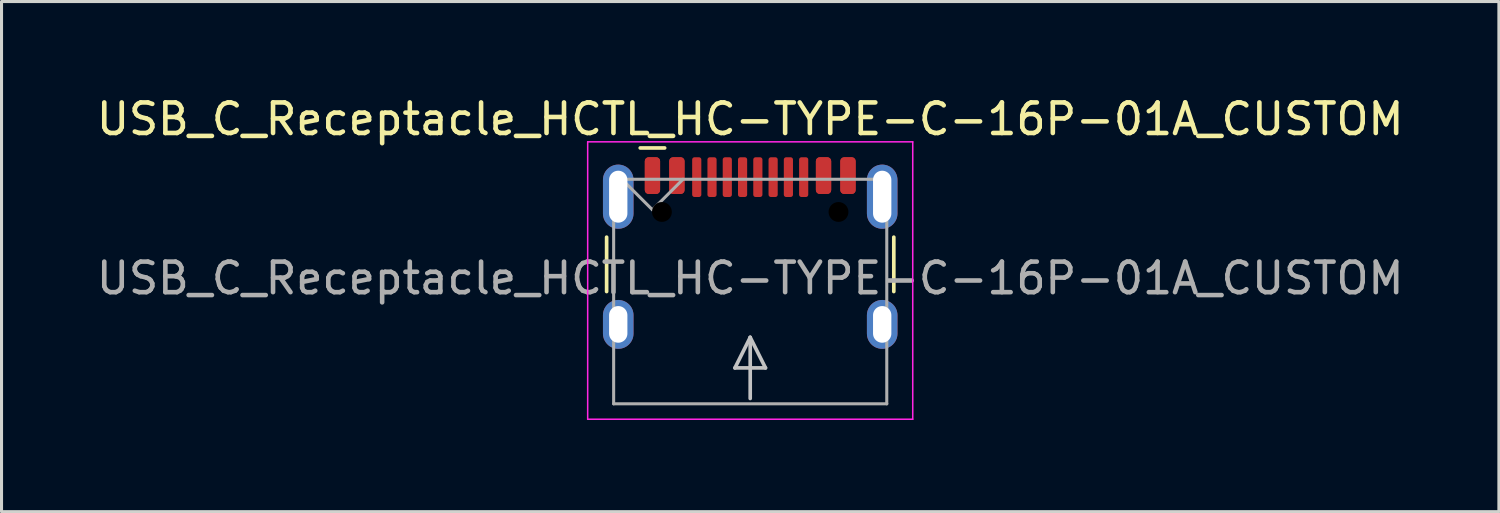
<source format=kicad_pcb>
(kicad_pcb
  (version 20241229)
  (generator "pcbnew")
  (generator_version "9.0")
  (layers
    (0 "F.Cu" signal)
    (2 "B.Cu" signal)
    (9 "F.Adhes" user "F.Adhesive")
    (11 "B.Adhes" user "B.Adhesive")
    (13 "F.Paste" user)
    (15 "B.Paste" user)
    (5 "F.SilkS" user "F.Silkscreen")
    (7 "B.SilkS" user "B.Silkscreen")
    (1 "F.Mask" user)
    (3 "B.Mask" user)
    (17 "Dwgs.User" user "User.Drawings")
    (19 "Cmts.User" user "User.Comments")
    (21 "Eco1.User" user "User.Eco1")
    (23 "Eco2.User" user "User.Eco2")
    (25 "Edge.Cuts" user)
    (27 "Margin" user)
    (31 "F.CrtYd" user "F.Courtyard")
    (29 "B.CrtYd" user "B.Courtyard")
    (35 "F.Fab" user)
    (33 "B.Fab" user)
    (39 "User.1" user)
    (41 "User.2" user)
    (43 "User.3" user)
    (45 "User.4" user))
  (footprint "USB_C_Receptacle_HCTL_HC-TYPE-C-16P-01A_CUSTOM"
    (layer "F.Cu")
    (at 21.506 6.493)
    (property "Reference" "USB_C_Receptacle_HCTL_HC-TYPE-C-16P-01A_CUSTOM" (at 0 -5.645 0) (layer "F.SilkS") (effects (font (size 1 1) (thickness 0.15))))
    (attr smd)
    (fp_line (start -4.7 -1.78) (end -4.7 0) (stroke (width 0.12) (type solid)) (layer "F.SilkS"))
    (fp_line (start -2.8 -4.7) (end -3.6 -4.7) (stroke (width 0.12) (type default)) (layer "F.SilkS"))
    (fp_line (start 4.7 -1.78) (end 4.7 0) (stroke (width 0.12) (type solid)) (layer "F.SilkS"))
    (fp_line (start -0.5 2.5) (end 0 1.5) (stroke (width 0.12) (type default)) (layer "Dwgs.User"))
    (fp_line (start 0 1.5) (end 0.5 2.5) (stroke (width 0.12) (type default)) (layer "Dwgs.User"))
    (fp_line (start 0 3.5) (end 0 1.5) (stroke (width 0.12) (type default)) (layer "Dwgs.User"))
    (fp_line (start 0.5 2.5) (end -0.5 2.5) (stroke (width 0.12) (type default)) (layer "Dwgs.User"))
    (fp_line (start -5.32 -4.9) (end -5.32 4.18) (stroke (width 0.05) (type solid)) (layer "F.CrtYd"))
    (fp_line (start -5.32 -4.9) (end 5.32 -4.9) (stroke (width 0.05) (type solid)) (layer "F.CrtYd"))
    (fp_line (start -5.32 4.18) (end 5.32 4.18) (stroke (width 0.05) (type solid)) (layer "F.CrtYd"))
    (fp_line (start 5.32 -4.9) (end 5.32 4.18) (stroke (width 0.05) (type solid)) (layer "F.CrtYd"))
    (fp_line (start -4.47 -3.675) (end -4.47 3.675) (stroke (width 0.1) (type solid)) (layer "F.Fab"))
    (fp_line (start -4.47 -3.675) (end 4.47 -3.675) (stroke (width 0.1) (type solid)) (layer "F.Fab"))
    (fp_line (start -4.47 3.675) (end 4.47 3.675) (stroke (width 0.1) (type solid)) (layer "F.Fab"))
    (fp_line (start -3.2 -2.675) (end -4.2 -3.675) (stroke (width 0.1) (type default)) (layer "F.Fab"))
    (fp_line (start -3.2 -2.675) (end -2.2 -3.675) (stroke (width 0.1) (type default)) (layer "F.Fab"))
    (fp_line (start 4.47 -3.675) (end 4.47 3.675) (stroke (width 0.1) (type solid)) (layer "F.Fab"))
    (fp_text user "${REFERENCE}" (at 0 -0.435 0) (unlocked yes) (layer "F.Fab") (effects (font (size 1 1) (thickness 0.15))))
    (pad "" np_thru_hole circle (at -2.89 -2.605) (size 0.65 0.65) (drill 0.65) (layers "*.Mask"))
    (pad "" np_thru_hole circle (at 2.89 -2.605) (size 0.65 0.65) (drill 0.65) (layers "*.Mask"))
    (pad "A1" smd roundrect (at -3.2 -3.795) (size 0.5 1.2) (layers "F.Cu" "F.Mask" "F.Paste") (roundrect_rratio 0.25))
    (pad "A4" smd roundrect (at -2.4 -3.795) (size 0.5 1.2) (layers "F.Cu" "F.Mask" "F.Paste") (roundrect_rratio 0.25))
    (pad "A5" smd roundrect (at -1.25 -3.745) (size 0.3 1.3) (layers "F.Cu" "F.Mask" "F.Paste") (roundrect_rratio 0.25))
    (pad "A6" smd roundrect (at -0.25 -3.745) (size 0.3 1.3) (layers "F.Cu" "F.Mask" "F.Paste") (roundrect_rratio 0.25))
    (pad "A7" smd roundrect (at 0.25 -3.745) (size 0.3 1.3) (layers "F.Cu" "F.Mask" "F.Paste") (roundrect_rratio 0.25))
    (pad "A8" smd roundrect (at 1.25 -3.745) (size 0.3 1.3) (layers "F.Cu" "F.Mask" "F.Paste") (roundrect_rratio 0.25))
    (pad "A9" smd roundrect (at 2.4 -3.795) (size 0.5 1.2) (layers "F.Cu" "F.Mask" "F.Paste") (roundrect_rratio 0.25))
    (pad "A12" smd roundrect (at 3.2 -3.795) (size 0.5 1.2) (layers "F.Cu" "F.Mask" "F.Paste") (roundrect_rratio 0.25))
    (pad "B1" smd roundrect (at 3.2 -3.795) (size 0.5 1.2) (layers "F.Cu" "F.Mask" "F.Paste") (roundrect_rratio 0.25))
    (pad "B4" smd roundrect (at 2.4 -3.795) (size 0.5 1.2) (layers "F.Cu" "F.Mask" "F.Paste") (roundrect_rratio 0.25))
    (pad "B5" smd roundrect (at 1.75 -3.745) (size 0.3 1.3) (layers "F.Cu" "F.Mask" "F.Paste") (roundrect_rratio 0.25))
    (pad "B6" smd roundrect (at 0.75 -3.745) (size 0.3 1.3) (layers "F.Cu" "F.Mask" "F.Paste") (roundrect_rratio 0.25))
    (pad "B7" smd roundrect (at -0.75 -3.745) (size 0.3 1.3) (layers "F.Cu" "F.Mask" "F.Paste") (roundrect_rratio 0.25))
    (pad "B8" smd roundrect (at -1.75 -3.745) (size 0.3 1.3) (layers "F.Cu" "F.Mask" "F.Paste") (roundrect_rratio 0.25))
    (pad "B9" smd roundrect (at -2.4 -3.795) (size 0.5 1.2) (layers "F.Cu" "F.Mask" "F.Paste") (roundrect_rratio 0.25))
    (pad "B12" smd roundrect (at -3.2 -3.795) (size 0.5 1.2) (layers "F.Cu" "F.Mask" "F.Paste") (roundrect_rratio 0.25))
    (pad "S1" thru_hole oval (at -4.32 -3.105) (size 1 2.1) (drill oval 0.6 1.7) (layers "*.Cu" "*.Mask"))
    (pad "S1" thru_hole oval (at -4.32 1.075) (size 1 1.6) (drill oval 0.6 1.2) (layers "*.Cu" "*.Mask"))
    (pad "S1" thru_hole oval (at 4.32 -3.105) (size 1 2.1) (drill oval 0.6 1.7) (layers "*.Cu" "*.Mask"))
    (pad "S1" thru_hole oval (at 4.32 1.075) (size 1 1.6) (drill oval 0.6 1.2) (layers "*.Cu" "*.Mask")))
  (gr_rect
    (start -3 -3)
    (end 46.012 13.698)
    (stroke (width 0.1) (type default))
    (fill no)
    (layer "Edge.Cuts")))
</source>
